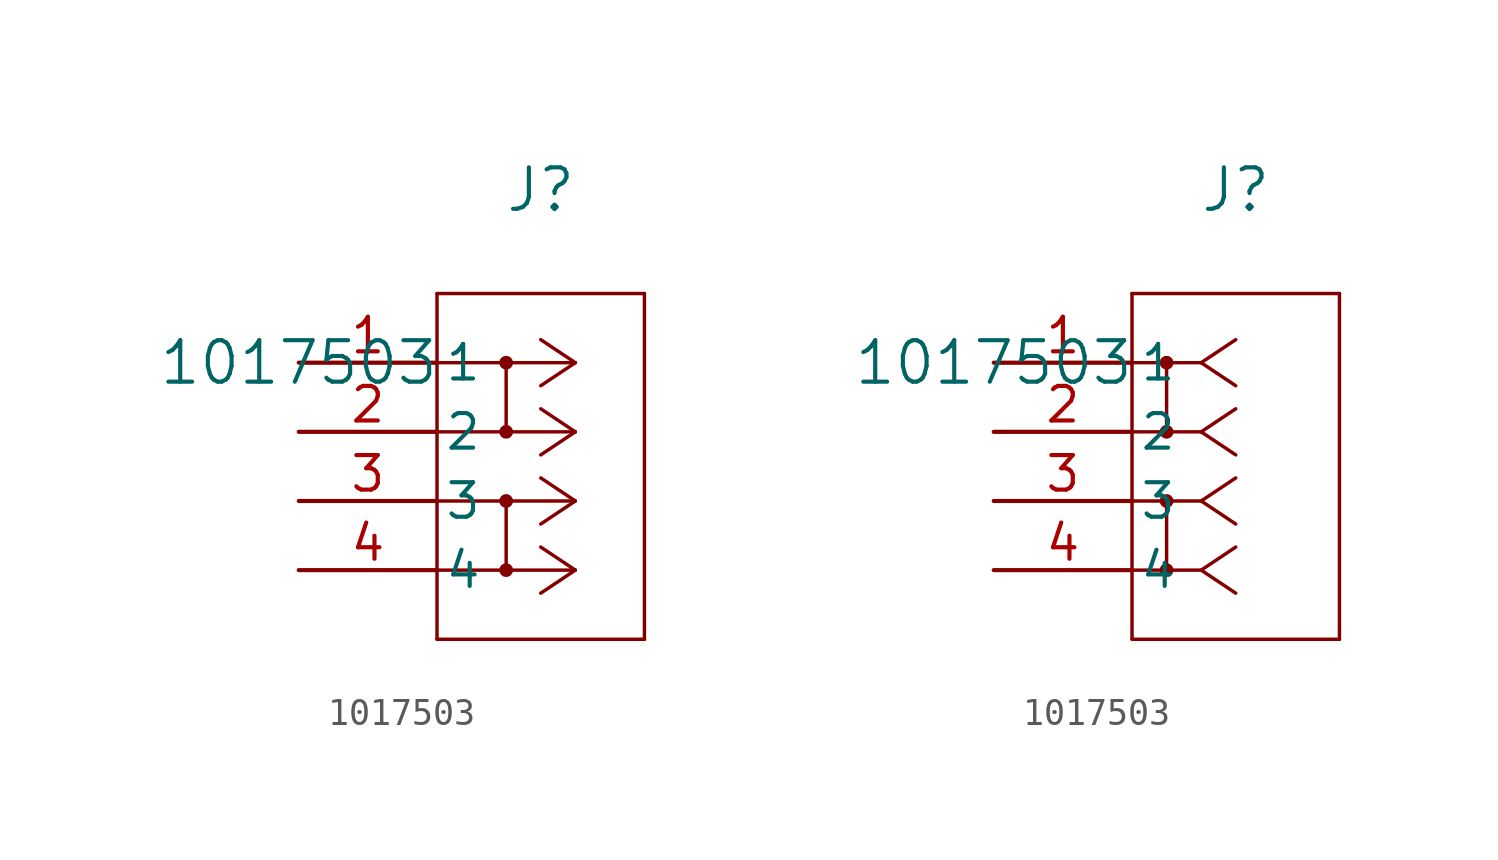
<source format=kicad_sym>
(kicad_symbol_lib
  (version 20211014)
  (generator kicad_symbol_editor)
  (symbol "1017503"
    (pin_names
      (offset 0.254))
    (property "Reference" "J"
      (at 8.89 6.35 0)
      (effects (font (size 1.524 1.524))))
    (property "Value" "1017503"
      (at 0 0 0)
      (effects (font (size 1.524 1.524))))
    (symbol "1017503_1_1"
      (polyline (pts (xy 10.16 0) (xy 5.08 0)) (stroke (width 0.127) (type default) (color 0 0 0 0)) (fill (type none)))
      (polyline (pts (xy 10.16 -2.54) (xy 5.08 -2.54)) (stroke (width 0.127) (type default) (color 0 0 0 0)) (fill (type none)))
      (polyline (pts (xy 10.16 -5.08) (xy 5.08 -5.08)) (stroke (width 0.127) (type default) (color 0 0 0 0)) (fill (type none)))
      (polyline (pts (xy 10.16 -7.62) (xy 5.08 -7.62)) (stroke (width 0.127) (type default) (color 0 0 0 0)) (fill (type none)))
      (polyline (pts (xy 10.16 0) (xy 8.89 0.847)) (stroke (width 0.127) (type default) (color 0 0 0 0)) (fill (type none)))
      (polyline (pts (xy 10.16 -2.54) (xy 8.89 -1.693)) (stroke (width 0.127) (type default) (color 0 0 0 0)) (fill (type none)))
      (polyline (pts (xy 10.16 -5.08) (xy 8.89 -4.233)) (stroke (width 0.127) (type default) (color 0 0 0 0)) (fill (type none)))
      (polyline (pts (xy 10.16 -7.62) (xy 8.89 -6.773)) (stroke (width 0.127) (type default) (color 0 0 0 0)) (fill (type none)))
      (polyline (pts (xy 10.16 0) (xy 8.89 -0.847)) (stroke (width 0.127) (type default) (color 0 0 0 0)) (fill (type none)))
      (polyline (pts (xy 10.16 -2.54) (xy 8.89 -3.387)) (stroke (width 0.127) (type default) (color 0 0 0 0)) (fill (type none)))
      (polyline (pts (xy 10.16 -5.08) (xy 8.89 -5.927)) (stroke (width 0.127) (type default) (color 0 0 0 0)) (fill (type none)))
      (polyline (pts (xy 10.16 -7.62) (xy 8.89 -8.467)) (stroke (width 0.127) (type default) (color 0 0 0 0)) (fill (type none)))
      (polyline (pts (xy 5.08 2.54) (xy 5.08 -10.16)) (stroke (width 0.127) (type default) (color 0 0 0 0)) (fill (type none)))
      (polyline (pts (xy 5.08 -10.16) (xy 12.7 -10.16)) (stroke (width 0.127) (type default) (color 0 0 0 0)) (fill (type none)))
      (polyline (pts (xy 12.7 -10.16) (xy 12.7 2.54)) (stroke (width 0.127) (type default) (color 0 0 0 0)) (fill (type none)))
      (polyline (pts (xy 12.7 2.54) (xy 5.08 2.54)) (stroke (width 0.127) (type default) (color 0 0 0 0)) (fill (type none)))
      (polyline (pts (xy 7.62 0) (xy 7.62 -2.54)) (stroke (width 0.127) (type default) (color 0 0 0 0)) (fill (type none)))
      (polyline (pts (xy 7.62 -5.08) (xy 7.62 -7.62)) (stroke (width 0.127) (type default) (color 0 0 0 0)) (fill (type none)))
      (circle (center 7.62 0) (radius 0.127) (stroke (width 0.254) (type default) (color 0 0 0 0)) (fill (type none)))
      (circle (center 7.62 -2.54) (radius 0.127) (stroke (width 0.254) (type default) (color 0 0 0 0)) (fill (type none)))
      (circle (center 7.62 -5.08) (radius 0.127) (stroke (width 0.254) (type default) (color 0 0 0 0)) (fill (type none)))
      (circle (center 7.62 -7.62) (radius 0.127) (stroke (width 0.254) (type default) (color 0 0 0 0)) (fill (type none)))
      (pin unspecified line (at 0 0 0) (length 5.08) (name "1" (effects (font (size 1.27 1.27)))) (number "1" (effects (font (size 1.27 1.27)))))
      (pin unspecified line (at 0 -2.54 0) (length 5.08) (name "2" (effects (font (size 1.27 1.27)))) (number "2" (effects (font (size 1.27 1.27)))))
      (pin unspecified line (at 0 -5.08 0) (length 5.08) (name "3" (effects (font (size 1.27 1.27)))) (number "3" (effects (font (size 1.27 1.27)))))
      (pin unspecified line (at 0 -7.62 0) (length 5.08) (name "4" (effects (font (size 1.27 1.27)))) (number "4" (effects (font (size 1.27 1.27))))))
    (symbol "1017503_1_2"
      (polyline (pts (xy 7.62 0) (xy 5.08 0)) (stroke (width 0.127) (type default) (color 0 0 0 0)) (fill (type none)))
      (polyline (pts (xy 7.62 -2.54) (xy 5.08 -2.54)) (stroke (width 0.127) (type default) (color 0 0 0 0)) (fill (type none)))
      (polyline (pts (xy 7.62 -5.08) (xy 5.08 -5.08)) (stroke (width 0.127) (type default) (color 0 0 0 0)) (fill (type none)))
      (polyline (pts (xy 7.62 -7.62) (xy 5.08 -7.62)) (stroke (width 0.127) (type default) (color 0 0 0 0)) (fill (type none)))
      (polyline (pts (xy 7.62 0) (xy 8.89 0.847)) (stroke (width 0.127) (type default) (color 0 0 0 0)) (fill (type none)))
      (polyline (pts (xy 7.62 -2.54) (xy 8.89 -1.693)) (stroke (width 0.127) (type default) (color 0 0 0 0)) (fill (type none)))
      (polyline (pts (xy 7.62 -5.08) (xy 8.89 -4.233)) (stroke (width 0.127) (type default) (color 0 0 0 0)) (fill (type none)))
      (polyline (pts (xy 7.62 -7.62) (xy 8.89 -6.773)) (stroke (width 0.127) (type default) (color 0 0 0 0)) (fill (type none)))
      (polyline (pts (xy 7.62 0) (xy 8.89 -0.847)) (stroke (width 0.127) (type default) (color 0 0 0 0)) (fill (type none)))
      (polyline (pts (xy 7.62 -2.54) (xy 8.89 -3.387)) (stroke (width 0.127) (type default) (color 0 0 0 0)) (fill (type none)))
      (polyline (pts (xy 7.62 -5.08) (xy 8.89 -5.927)) (stroke (width 0.127) (type default) (color 0 0 0 0)) (fill (type none)))
      (polyline (pts (xy 7.62 -7.62) (xy 8.89 -8.467)) (stroke (width 0.127) (type default) (color 0 0 0 0)) (fill (type none)))
      (polyline (pts (xy 5.08 2.54) (xy 5.08 -10.16)) (stroke (width 0.127) (type default) (color 0 0 0 0)) (fill (type none)))
      (polyline (pts (xy 5.08 -10.16) (xy 12.7 -10.16)) (stroke (width 0.127) (type default) (color 0 0 0 0)) (fill (type none)))
      (polyline (pts (xy 12.7 -10.16) (xy 12.7 2.54)) (stroke (width 0.127) (type default) (color 0 0 0 0)) (fill (type none)))
      (polyline (pts (xy 12.7 2.54) (xy 5.08 2.54)) (stroke (width 0.127) (type default) (color 0 0 0 0)) (fill (type none)))
      (polyline (pts (xy 6.35 0) (xy 6.35 -2.54)) (stroke (width 0.127) (type default) (color 0 0 0 0)) (fill (type none)))
      (polyline (pts (xy 6.35 -5.08) (xy 6.35 -7.62)) (stroke (width 0.127) (type default) (color 0 0 0 0)) (fill (type none)))
      (circle (center 6.35 -7.62) (radius 0.127) (stroke (width 0.254) (type default) (color 0 0 0 0)) (fill (type none)))
      (circle (center 6.35 -5.08) (radius 0.127) (stroke (width 0.254) (type default) (color 0 0 0 0)) (fill (type none)))
      (circle (center 6.35 -2.54) (radius 0.127) (stroke (width 0.254) (type default) (color 0 0 0 0)) (fill (type none)))
      (circle (center 6.35 0) (radius 0.127) (stroke (width 0.254) (type default) (color 0 0 0 0)) (fill (type none)))
      (pin unspecified line (at 0 0 0) (length 5.08) (name "1" (effects (font (size 1.27 1.27)))) (number "1" (effects (font (size 1.27 1.27)))))
      (pin unspecified line (at 0 -2.54 0) (length 5.08) (name "2" (effects (font (size 1.27 1.27)))) (number "2" (effects (font (size 1.27 1.27)))))
      (pin unspecified line (at 0 -5.08 0) (length 5.08) (name "3" (effects (font (size 1.27 1.27)))) (number "3" (effects (font (size 1.27 1.27)))))
      (pin unspecified line (at 0 -7.62 0) (length 5.08) (name "4" (effects (font (size 1.27 1.27)))) (number "4" (effects (font (size 1.27 1.27))))))))
</source>
